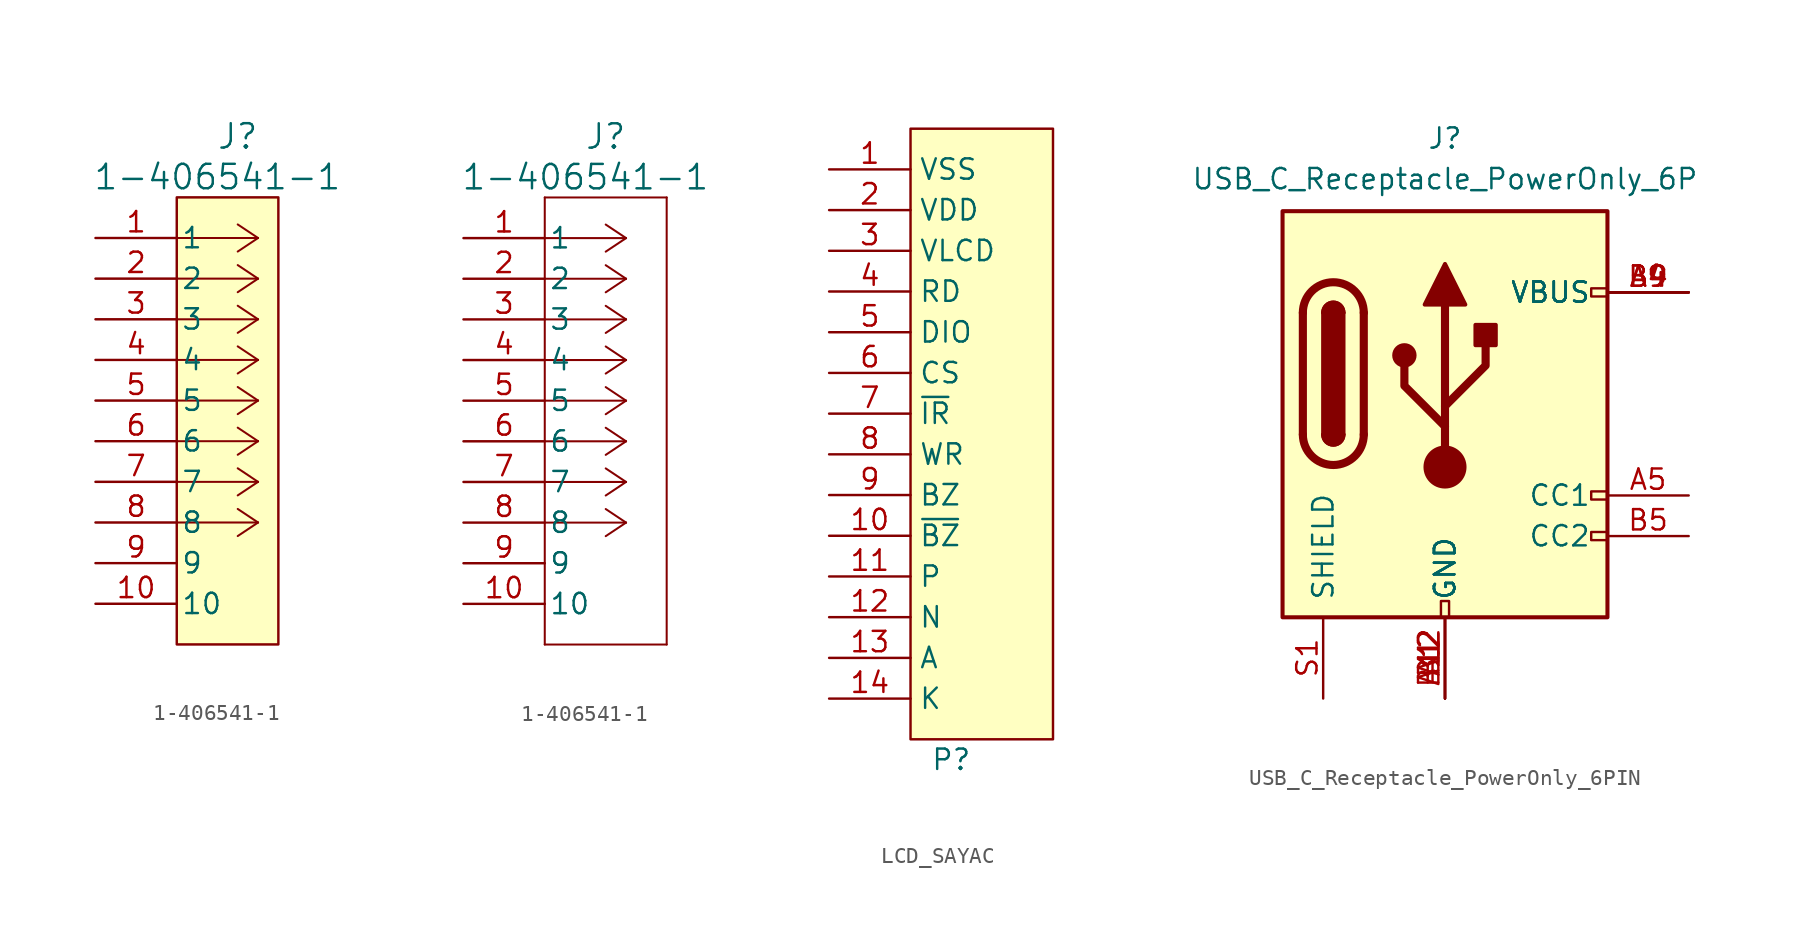
<source format=kicad_sym>
(kicad_symbol_lib
  (version 20220914)
  (generator kicad_symbol_editor)
  (symbol "1-406541-1"
    (pin_names
      (offset 0.254))
    (property "Reference" "J"
      (at 8.89 6.35 0)
      (effects (font (size 1.524 1.524))))
    (property "Value" "1-406541-1"
      (at 7.62 3.81 0)
      (effects (font (size 1.524 1.524))))
    (symbol "1-406541-1_1_1"
      (polyline (pts (xy 10.16 -17.78) (xy 5.08 -17.78)) (stroke (width 0.127) (type default)) (fill (type none)))
      (polyline (pts (xy 10.16 -17.78) (xy 8.89 -18.627)) (stroke (width 0.127) (type default)) (fill (type none)))
      (polyline (pts (xy 10.16 -17.78) (xy 8.89 -16.933)) (stroke (width 0.127) (type default)) (fill (type none)))
      (polyline (pts (xy 10.16 -15.24) (xy 5.08 -15.24)) (stroke (width 0.127) (type default)) (fill (type none)))
      (polyline (pts (xy 10.16 -15.24) (xy 8.89 -16.087)) (stroke (width 0.127) (type default)) (fill (type none)))
      (polyline (pts (xy 10.16 -15.24) (xy 8.89 -14.393)) (stroke (width 0.127) (type default)) (fill (type none)))
      (polyline (pts (xy 10.16 -12.7) (xy 5.08 -12.7)) (stroke (width 0.127) (type default)) (fill (type none)))
      (polyline (pts (xy 10.16 -12.7) (xy 8.89 -13.547)) (stroke (width 0.127) (type default)) (fill (type none)))
      (polyline (pts (xy 10.16 -12.7) (xy 8.89 -11.853)) (stroke (width 0.127) (type default)) (fill (type none)))
      (polyline (pts (xy 10.16 -10.16) (xy 5.08 -10.16)) (stroke (width 0.127) (type default)) (fill (type none)))
      (polyline (pts (xy 10.16 -10.16) (xy 8.89 -11.007)) (stroke (width 0.127) (type default)) (fill (type none)))
      (polyline (pts (xy 10.16 -10.16) (xy 8.89 -9.313)) (stroke (width 0.127) (type default)) (fill (type none)))
      (polyline (pts (xy 10.16 -7.62) (xy 5.08 -7.62)) (stroke (width 0.127) (type default)) (fill (type none)))
      (polyline (pts (xy 10.16 -7.62) (xy 8.89 -8.467)) (stroke (width 0.127) (type default)) (fill (type none)))
      (polyline (pts (xy 10.16 -7.62) (xy 8.89 -6.773)) (stroke (width 0.127) (type default)) (fill (type none)))
      (polyline (pts (xy 10.16 -5.08) (xy 5.08 -5.08)) (stroke (width 0.127) (type default)) (fill (type none)))
      (polyline (pts (xy 10.16 -5.08) (xy 8.89 -5.927)) (stroke (width 0.127) (type default)) (fill (type none)))
      (polyline (pts (xy 10.16 -5.08) (xy 8.89 -4.233)) (stroke (width 0.127) (type default)) (fill (type none)))
      (polyline (pts (xy 10.16 -2.54) (xy 5.08 -2.54)) (stroke (width 0.127) (type default)) (fill (type none)))
      (polyline (pts (xy 10.16 -2.54) (xy 8.89 -3.387)) (stroke (width 0.127) (type default)) (fill (type none)))
      (polyline (pts (xy 10.16 -2.54) (xy 8.89 -1.693)) (stroke (width 0.127) (type default)) (fill (type none)))
      (polyline (pts (xy 10.16 0) (xy 5.08 0)) (stroke (width 0.127) (type default)) (fill (type none)))
      (polyline (pts (xy 10.16 0) (xy 8.89 -0.847)) (stroke (width 0.127) (type default)) (fill (type none)))
      (polyline (pts (xy 10.16 0) (xy 8.89 0.847)) (stroke (width 0.127) (type default)) (fill (type none)))
      (rectangle (start 5.08 2.54) (end 11.43 -25.4) (stroke (width 0) (type default)) (fill (type background)))
      (pin unspecified line (at 0 0 0) (length 5.08) (name "1" (effects (font (size 1.27 1.27)))) (number "1" (effects (font (size 1.27 1.27)))))
      (pin unspecified line (at 0 -22.86 0) (length 5.08) (name "10" (effects (font (size 1.27 1.27)))) (number "10" (effects (font (size 1.27 1.27)))))
      (pin unspecified line (at 0 -2.54 0) (length 5.08) (name "2" (effects (font (size 1.27 1.27)))) (number "2" (effects (font (size 1.27 1.27)))))
      (pin unspecified line (at 0 -5.08 0) (length 5.08) (name "3" (effects (font (size 1.27 1.27)))) (number "3" (effects (font (size 1.27 1.27)))))
      (pin unspecified line (at 0 -7.62 0) (length 5.08) (name "4" (effects (font (size 1.27 1.27)))) (number "4" (effects (font (size 1.27 1.27)))))
      (pin unspecified line (at 0 -10.16 0) (length 5.08) (name "5" (effects (font (size 1.27 1.27)))) (number "5" (effects (font (size 1.27 1.27)))))
      (pin unspecified line (at 0 -12.7 0) (length 5.08) (name "6" (effects (font (size 1.27 1.27)))) (number "6" (effects (font (size 1.27 1.27)))))
      (pin unspecified line (at 0 -15.24 0) (length 5.08) (name "7" (effects (font (size 1.27 1.27)))) (number "7" (effects (font (size 1.27 1.27)))))
      (pin unspecified line (at 0 -17.78 0) (length 5.08) (name "8" (effects (font (size 1.27 1.27)))) (number "8" (effects (font (size 1.27 1.27)))))
      (pin unspecified line (at 0 -20.32 0) (length 5.08) (name "9" (effects (font (size 1.27 1.27)))) (number "9" (effects (font (size 1.27 1.27))))))
    (symbol "1-406541-1_1_2"
      (polyline (pts (xy 5.08 -25.4) (xy 12.7 -25.4)) (stroke (width 0.127) (type default)) (fill (type none)))
      (polyline (pts (xy 5.08 2.54) (xy 5.08 -25.4)) (stroke (width 0.127) (type default)) (fill (type none)))
      (polyline (pts (xy 10.16 -17.78) (xy 5.08 -17.78)) (stroke (width 0.127) (type default)) (fill (type none)))
      (polyline (pts (xy 10.16 -17.78) (xy 8.89 -18.627)) (stroke (width 0.127) (type default)) (fill (type none)))
      (polyline (pts (xy 10.16 -17.78) (xy 8.89 -16.933)) (stroke (width 0.127) (type default)) (fill (type none)))
      (polyline (pts (xy 10.16 -15.24) (xy 5.08 -15.24)) (stroke (width 0.127) (type default)) (fill (type none)))
      (polyline (pts (xy 10.16 -15.24) (xy 8.89 -16.087)) (stroke (width 0.127) (type default)) (fill (type none)))
      (polyline (pts (xy 10.16 -15.24) (xy 8.89 -14.393)) (stroke (width 0.127) (type default)) (fill (type none)))
      (polyline (pts (xy 10.16 -12.7) (xy 5.08 -12.7)) (stroke (width 0.127) (type default)) (fill (type none)))
      (polyline (pts (xy 10.16 -12.7) (xy 8.89 -13.547)) (stroke (width 0.127) (type default)) (fill (type none)))
      (polyline (pts (xy 10.16 -12.7) (xy 8.89 -11.853)) (stroke (width 0.127) (type default)) (fill (type none)))
      (polyline (pts (xy 10.16 -10.16) (xy 5.08 -10.16)) (stroke (width 0.127) (type default)) (fill (type none)))
      (polyline (pts (xy 10.16 -10.16) (xy 8.89 -11.007)) (stroke (width 0.127) (type default)) (fill (type none)))
      (polyline (pts (xy 10.16 -10.16) (xy 8.89 -9.313)) (stroke (width 0.127) (type default)) (fill (type none)))
      (polyline (pts (xy 10.16 -7.62) (xy 5.08 -7.62)) (stroke (width 0.127) (type default)) (fill (type none)))
      (polyline (pts (xy 10.16 -7.62) (xy 8.89 -8.467)) (stroke (width 0.127) (type default)) (fill (type none)))
      (polyline (pts (xy 10.16 -7.62) (xy 8.89 -6.773)) (stroke (width 0.127) (type default)) (fill (type none)))
      (polyline (pts (xy 10.16 -5.08) (xy 5.08 -5.08)) (stroke (width 0.127) (type default)) (fill (type none)))
      (polyline (pts (xy 10.16 -5.08) (xy 8.89 -5.927)) (stroke (width 0.127) (type default)) (fill (type none)))
      (polyline (pts (xy 10.16 -5.08) (xy 8.89 -4.233)) (stroke (width 0.127) (type default)) (fill (type none)))
      (polyline (pts (xy 10.16 -2.54) (xy 5.08 -2.54)) (stroke (width 0.127) (type default)) (fill (type none)))
      (polyline (pts (xy 10.16 -2.54) (xy 8.89 -3.387)) (stroke (width 0.127) (type default)) (fill (type none)))
      (polyline (pts (xy 10.16 -2.54) (xy 8.89 -1.693)) (stroke (width 0.127) (type default)) (fill (type none)))
      (polyline (pts (xy 10.16 0) (xy 5.08 0)) (stroke (width 0.127) (type default)) (fill (type none)))
      (polyline (pts (xy 10.16 0) (xy 8.89 -0.847)) (stroke (width 0.127) (type default)) (fill (type none)))
      (polyline (pts (xy 10.16 0) (xy 8.89 0.847)) (stroke (width 0.127) (type default)) (fill (type none)))
      (polyline (pts (xy 12.7 -25.4) (xy 12.7 2.54)) (stroke (width 0.127) (type default)) (fill (type none)))
      (polyline (pts (xy 12.7 2.54) (xy 5.08 2.54)) (stroke (width 0.127) (type default)) (fill (type none)))
      (pin unspecified line (at 0 0 0) (length 5.08) (name "1" (effects (font (size 1.27 1.27)))) (number "1" (effects (font (size 1.27 1.27)))))
      (pin unspecified line (at 0 -22.86 0) (length 5.08) (name "10" (effects (font (size 1.27 1.27)))) (number "10" (effects (font (size 1.27 1.27)))))
      (pin unspecified line (at 0 -2.54 0) (length 5.08) (name "2" (effects (font (size 1.27 1.27)))) (number "2" (effects (font (size 1.27 1.27)))))
      (pin unspecified line (at 0 -5.08 0) (length 5.08) (name "3" (effects (font (size 1.27 1.27)))) (number "3" (effects (font (size 1.27 1.27)))))
      (pin unspecified line (at 0 -7.62 0) (length 5.08) (name "4" (effects (font (size 1.27 1.27)))) (number "4" (effects (font (size 1.27 1.27)))))
      (pin unspecified line (at 0 -10.16 0) (length 5.08) (name "5" (effects (font (size 1.27 1.27)))) (number "5" (effects (font (size 1.27 1.27)))))
      (pin unspecified line (at 0 -12.7 0) (length 5.08) (name "6" (effects (font (size 1.27 1.27)))) (number "6" (effects (font (size 1.27 1.27)))))
      (pin unspecified line (at 0 -15.24 0) (length 5.08) (name "7" (effects (font (size 1.27 1.27)))) (number "7" (effects (font (size 1.27 1.27)))))
      (pin unspecified line (at 0 -17.78 0) (length 5.08) (name "8" (effects (font (size 1.27 1.27)))) (number "8" (effects (font (size 1.27 1.27)))))
      (pin unspecified line (at 0 -20.32 0) (length 5.08) (name "9" (effects (font (size 1.27 1.27)))) (number "9" (effects (font (size 1.27 1.27)))))))
  (symbol "LCD_SAYAC"
    (property "Reference" "P"
      (at 7.62 -36.83 0)
      (effects (font (size 1.27 1.27))))
    (symbol "LCD_SAYAC_1_0"
      (rectangle (start 5.08 2.54) (end 13.97 -35.56) (stroke (width 0) (type solid)) (fill (type background)))
      (pin power_in line (at 0 0 0) (length 5.08) (name "VSS" (effects (font (size 1.27 1.27)))) (number "1" (effects (font (size 1.27 1.27)))))
      (pin passive line (at 0 -22.86 0) (length 5.08) (name "~{BZ}" (effects (font (size 1.27 1.27)))) (number "10" (effects (font (size 1.27 1.27)))))
      (pin passive line (at 0 -25.4 0) (length 5.08) (name "P" (effects (font (size 1.27 1.27)))) (number "11" (effects (font (size 1.27 1.27)))))
      (pin passive line (at 0 -27.94 0) (length 5.08) (name "N" (effects (font (size 1.27 1.27)))) (number "12" (effects (font (size 1.27 1.27)))))
      (pin passive line (at 0 -30.48 0) (length 5.08) (name "A" (effects (font (size 1.27 1.27)))) (number "13" (effects (font (size 1.27 1.27)))))
      (pin passive line (at 0 -33.02 0) (length 5.08) (name "K" (effects (font (size 1.27 1.27)))) (number "14" (effects (font (size 1.27 1.27)))))
      (pin passive line (at 0 -2.54 0) (length 5.08) (name "VDD" (effects (font (size 1.27 1.27)))) (number "2" (effects (font (size 1.27 1.27)))))
      (pin passive line (at 0 -5.08 0) (length 5.08) (name "VLCD" (effects (font (size 1.27 1.27)))) (number "3" (effects (font (size 1.27 1.27)))))
      (pin passive line (at 0 -7.62 0) (length 5.08) (name "RD" (effects (font (size 1.27 1.27)))) (number "4" (effects (font (size 1.27 1.27)))))
      (pin passive line (at 0 -10.16 0) (length 5.08) (name "DIO" (effects (font (size 1.27 1.27)))) (number "5" (effects (font (size 1.27 1.27)))))
      (pin passive line (at 0 -12.7 0) (length 5.08) (name "CS" (effects (font (size 1.27 1.27)))) (number "6" (effects (font (size 1.27 1.27)))))
      (pin passive line (at 0 -15.24 0) (length 5.08) (name "~{IR}" (effects (font (size 1.27 1.27)))) (number "7" (effects (font (size 1.27 1.27)))))
      (pin passive line (at 0 -17.78 0) (length 5.08) (name "WR" (effects (font (size 1.27 1.27)))) (number "8" (effects (font (size 1.27 1.27)))))
      (pin passive line (at 0 -20.32 0) (length 5.08) (name "BZ" (effects (font (size 1.27 1.27)))) (number "9" (effects (font (size 1.27 1.27)))))))
  (symbol "USB_C_Receptacle_PowerOnly_6PIN"
    (pin_names
      (offset 1.016))
    (property "Reference" "J"
      (at 0 16.51 0)
      (effects (font (size 1.27 1.27)) (justify bottom)))
    (property "Value" "USB_C_Receptacle_PowerOnly_6P"
      (at 0 13.97 0)
      (effects (font (size 1.27 1.27)) (justify bottom)))
    (symbol "USB_C_Receptacle_PowerOnly_6PIN_0_0"
      (rectangle (start -0.254 -12.7) (end 0.254 -11.684) (stroke (width 0) (type default)) (fill (type none)))
      (rectangle (start 10.16 -7.366) (end 9.144 -7.874) (stroke (width 0) (type default)) (fill (type none)))
      (rectangle (start 10.16 -4.826) (end 9.144 -5.334) (stroke (width 0) (type default)) (fill (type none)))
      (rectangle (start 10.16 7.874) (end 9.144 7.366) (stroke (width 0) (type default)) (fill (type none))))
    (symbol "USB_C_Receptacle_PowerOnly_6PIN_0_1"
      (rectangle (start -10.16 12.7) (end 10.16 -12.7) (stroke (width 0.254) (type default)) (fill (type background)))
      (arc (start -8.89 -1.27) (mid -6.985 -3.1667) (end -5.08 -1.27) (stroke (width 0.508) (type default)) (fill (type none)))
      (arc (start -7.62 -1.27) (mid -6.985 -1.9023) (end -6.35 -1.27) (stroke (width 0.254) (type default)) (fill (type none)))
      (arc (start -7.62 -1.27) (mid -6.985 -1.9023) (end -6.35 -1.27) (stroke (width 0.254) (type default)) (fill (type outline)))
      (rectangle (start -7.62 -1.27) (end -6.35 6.35) (stroke (width 0.254) (type default)) (fill (type outline)))
      (arc (start -6.35 6.35) (mid -6.985 6.9823) (end -7.62 6.35) (stroke (width 0.254) (type default)) (fill (type none)))
      (arc (start -6.35 6.35) (mid -6.985 6.9823) (end -7.62 6.35) (stroke (width 0.254) (type default)) (fill (type outline)))
      (arc (start -5.08 6.35) (mid -6.985 8.2467) (end -8.89 6.35) (stroke (width 0.508) (type default)) (fill (type none)))
      (circle (center -2.54 3.683) (radius 0.635) (stroke (width 0.254) (type default)) (fill (type outline)))
      (circle (center 0 -3.302) (radius 1.27) (stroke (width 0) (type default)) (fill (type outline)))
      (polyline (pts (xy -8.89 -1.27) (xy -8.89 6.35)) (stroke (width 0.508) (type default)) (fill (type none)))
      (polyline (pts (xy -5.08 6.35) (xy -5.08 -1.27)) (stroke (width 0.508) (type default)) (fill (type none)))
      (polyline (pts (xy 0 -3.302) (xy 0 6.858)) (stroke (width 0.508) (type default)) (fill (type none)))
      (polyline (pts (xy 0 -0.762) (xy -2.54 1.778) (xy -2.54 3.048)) (stroke (width 0.508) (type default)) (fill (type none)))
      (polyline (pts (xy 0 0.508) (xy 2.54 3.048) (xy 2.54 4.318)) (stroke (width 0.508) (type default)) (fill (type none)))
      (polyline (pts (xy -1.27 6.858) (xy 0 9.398) (xy 1.27 6.858) (xy -1.27 6.858)) (stroke (width 0.254) (type default)) (fill (type outline)))
      (rectangle (start 1.905 4.318) (end 3.175 5.588) (stroke (width 0.254) (type default)) (fill (type outline))))
    (symbol "USB_C_Receptacle_PowerOnly_6PIN_1_0"
      (pin passive line (at 0 -17.78 90) (length 5.08) (name "GND" (effects (font (size 1.27 1.27)))) (number "A1" (effects (font (size 1.27 1.27)))))
      (pin passive line (at 15.24 7.62 180) (length 5.08) (name "VBUS" (effects (font (size 1.27 1.27)))) (number "A9" (effects (font (size 1.27 1.27)))))
      (pin passive line (at 0 -17.78 90) (length 5.08) (name "GND" (effects (font (size 1.27 1.27)))) (number "B1" (effects (font (size 1.27 1.27)))))
      (pin passive line (at 15.24 7.62 180) (length 5.08) (name "VBUS" (effects (font (size 1.27 1.27)))) (number "B9" (effects (font (size 1.27 1.27))))))
    (symbol "USB_C_Receptacle_PowerOnly_6PIN_1_1"
      (pin no_connect line (at 15.24 -11.43 180) (length 5.08) hide (name "RX2-" (effects (font (size 1.27 1.27)))) (number "A10" (effects (font (size 1.27 1.27)))))
      (pin no_connect line (at 15.24 -11.43 180) (length 5.08) hide (name "RX2+" (effects (font (size 1.27 1.27)))) (number "A11" (effects (font (size 1.27 1.27)))))
      (pin passive line (at 0 -17.78 90) (length 5.08) (name "GND" (effects (font (size 1.27 1.27)))) (number "A12" (effects (font (size 1.27 1.27)))))
      (pin no_connect line (at 15.24 -11.43 180) (length 5.08) hide (name "TX1+" (effects (font (size 1.27 1.27)))) (number "A2" (effects (font (size 1.27 1.27)))))
      (pin no_connect line (at 15.24 -11.43 180) (length 5.08) hide (name "TX1-" (effects (font (size 1.27 1.27)))) (number "A3" (effects (font (size 1.27 1.27)))))
      (pin passive line (at 15.24 7.62 180) (length 5.08) (name "VBUS" (effects (font (size 1.27 1.27)))) (number "A4" (effects (font (size 1.27 1.27)))))
      (pin bidirectional line (at 15.24 -5.08 180) (length 5.08) (name "CC1" (effects (font (size 1.27 1.27)))) (number "A5" (effects (font (size 1.27 1.27)))))
      (pin no_connect line (at 15.24 -11.43 180) (length 5.08) hide (name "D+" (effects (font (size 1.27 1.27)))) (number "A6" (effects (font (size 1.27 1.27)))))
      (pin no_connect line (at 15.24 -11.43 180) (length 5.08) hide (name "D-" (effects (font (size 1.27 1.27)))) (number "A7" (effects (font (size 1.27 1.27)))))
      (pin no_connect line (at 15.24 -11.43 180) (length 5.08) hide (name "SBU1" (effects (font (size 1.27 1.27)))) (number "A8" (effects (font (size 1.27 1.27)))))
      (pin no_connect line (at 15.24 -11.43 180) (length 5.08) hide (name "RX1-" (effects (font (size 1.27 1.27)))) (number "B10" (effects (font (size 1.27 1.27)))))
      (pin no_connect line (at 15.24 -11.43 180) (length 5.08) hide (name "RX1+" (effects (font (size 1.27 1.27)))) (number "B11" (effects (font (size 1.27 1.27)))))
      (pin passive line (at 0 -17.78 90) (length 5.08) (name "GND" (effects (font (size 1.27 1.27)))) (number "B12" (effects (font (size 1.27 1.27)))))
      (pin no_connect line (at 15.24 -11.43 180) (length 5.08) hide (name "TX2+" (effects (font (size 1.27 1.27)))) (number "B2" (effects (font (size 1.27 1.27)))))
      (pin no_connect line (at 15.24 -11.43 180) (length 5.08) hide (name "TX2-" (effects (font (size 1.27 1.27)))) (number "B3" (effects (font (size 1.27 1.27)))))
      (pin passive line (at 15.24 7.62 180) (length 5.08) (name "VBUS" (effects (font (size 1.27 1.27)))) (number "B4" (effects (font (size 1.27 1.27)))))
      (pin bidirectional line (at 15.24 -7.62 180) (length 5.08) (name "CC2" (effects (font (size 1.27 1.27)))) (number "B5" (effects (font (size 1.27 1.27)))))
      (pin no_connect line (at 15.24 -11.43 180) (length 5.08) hide (name "D+" (effects (font (size 1.27 1.27)))) (number "B6" (effects (font (size 1.27 1.27)))))
      (pin no_connect line (at 15.24 -11.43 180) (length 5.08) hide (name "D-" (effects (font (size 1.27 1.27)))) (number "B7" (effects (font (size 1.27 1.27)))))
      (pin no_connect line (at 15.24 -11.43 180) (length 5.08) hide (name "SBU2" (effects (font (size 1.27 1.27)))) (number "B8" (effects (font (size 1.27 1.27)))))
      (pin passive line (at -7.62 -17.78 90) (length 5.08) (name "SHIELD" (effects (font (size 1.27 1.27)))) (number "S1" (effects (font (size 1.27 1.27))))))))
</source>
